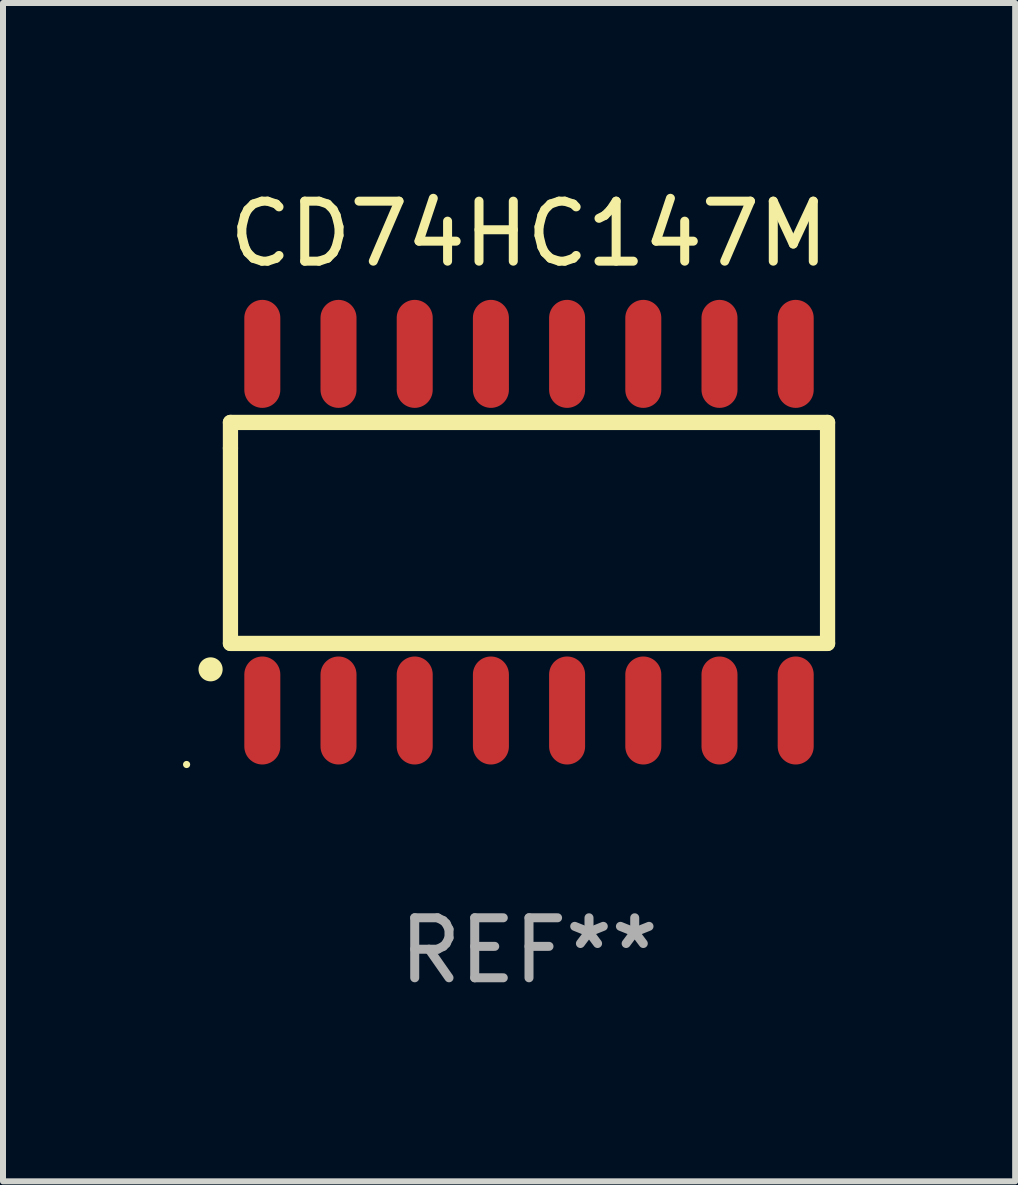
<source format=kicad_pcb>
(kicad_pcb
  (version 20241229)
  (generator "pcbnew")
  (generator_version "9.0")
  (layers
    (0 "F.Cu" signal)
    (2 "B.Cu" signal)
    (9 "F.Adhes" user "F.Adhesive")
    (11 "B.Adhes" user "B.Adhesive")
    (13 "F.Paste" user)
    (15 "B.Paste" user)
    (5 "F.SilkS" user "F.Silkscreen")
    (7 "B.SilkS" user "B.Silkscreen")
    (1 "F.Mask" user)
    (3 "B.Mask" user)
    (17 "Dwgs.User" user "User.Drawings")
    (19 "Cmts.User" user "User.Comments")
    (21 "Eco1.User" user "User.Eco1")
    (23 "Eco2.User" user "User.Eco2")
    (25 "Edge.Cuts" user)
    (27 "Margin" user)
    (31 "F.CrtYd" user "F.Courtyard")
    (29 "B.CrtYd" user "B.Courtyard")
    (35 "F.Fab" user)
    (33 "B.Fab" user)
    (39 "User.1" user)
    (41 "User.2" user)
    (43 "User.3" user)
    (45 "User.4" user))
  (footprint "CD74HC147M"
    (layer "F.Cu")
    (at 5.767 5.82)
    (property "Reference" "CD74HC147M" (at 0 -4.972 0) (layer "F.SilkS") (effects (font (size 1 1) (thickness 0.15))))
    (attr through_hole)
    (fp_line (start -4.976 -1.829) (end -4.976 -1.4) (stroke (width 0.254) (type solid)) (layer "F.SilkS"))
    (fp_line (start -4.976 -1.4) (end -4.976 1.854) (stroke (width 0.254) (type solid)) (layer "F.SilkS"))
    (fp_line (start -4.976 1.854) (end 4.976 1.854) (stroke (width 0.254) (type solid)) (layer "F.SilkS"))
    (fp_line (start 4.976 -1.829) (end -4.976 -1.829) (stroke (width 0.254) (type solid)) (layer "F.SilkS"))
    (fp_line (start 4.976 1.854) (end 4.976 -1.829) (stroke (width 0.254) (type solid)) (layer "F.SilkS"))
    (fp_arc (start -5.308611 2.286005) (mid -5.307341 2.286001) (end -5.306071 2.286005) (stroke (width 0.4) (type solid)) (layer "F.SilkS"))
    (fp_circle (center -5.707 3.872) (end -5.677 3.872) (stroke (width 0.06) (type solid)) (fill no) (layer "F.SilkS"))
    (fp_text user "REF**" (at 0 6.972 0) (layer "F.Fab") (effects (font (size 1 1) (thickness 0.15))))
    (pad "1" smd oval (at -4.445 2.972 180) (size 0.6 1.8) (layers "F.Cu" "F.Mask" "F.Paste"))
    (pad "2" smd oval (at -3.175 2.972 180) (size 0.6 1.8) (layers "F.Cu" "F.Mask" "F.Paste"))
    (pad "3" smd oval (at -1.905 2.972 180) (size 0.6 1.8) (layers "F.Cu" "F.Mask" "F.Paste"))
    (pad "4" smd oval (at -0.635 2.972 180) (size 0.6 1.8) (layers "F.Cu" "F.Mask" "F.Paste"))
    (pad "5" smd oval (at 0.635 2.972 180) (size 0.6 1.8) (layers "F.Cu" "F.Mask" "F.Paste"))
    (pad "6" smd oval (at 1.905 2.972 180) (size 0.6 1.8) (layers "F.Cu" "F.Mask" "F.Paste"))
    (pad "7" smd oval (at 3.175 2.972 180) (size 0.6 1.8) (layers "F.Cu" "F.Mask" "F.Paste"))
    (pad "8" smd oval (at 4.445 2.972 180) (size 0.6 1.8) (layers "F.Cu" "F.Mask" "F.Paste"))
    (pad "9" smd oval (at 4.445 -2.972 180) (size 0.6 1.8) (layers "F.Cu" "F.Mask" "F.Paste"))
    (pad "10" smd oval (at 3.175 -2.972 180) (size 0.6 1.8) (layers "F.Cu" "F.Mask" "F.Paste"))
    (pad "11" smd oval (at 1.905 -2.972 180) (size 0.6 1.8) (layers "F.Cu" "F.Mask" "F.Paste"))
    (pad "12" smd oval (at 0.635 -2.972 180) (size 0.6 1.8) (layers "F.Cu" "F.Mask" "F.Paste"))
    (pad "13" smd oval (at -0.635 -2.972 180) (size 0.6 1.8) (layers "F.Cu" "F.Mask" "F.Paste"))
    (pad "14" smd oval (at -1.905 -2.972 180) (size 0.6 1.8) (layers "F.Cu" "F.Mask" "F.Paste"))
    (pad "15" smd oval (at -3.175 -2.972 180) (size 0.6 1.8) (layers "F.Cu" "F.Mask" "F.Paste"))
    (pad "16" smd oval (at -4.445 -2.972 180) (size 0.6 1.8) (layers "F.Cu" "F.Mask" "F.Paste")))
  (gr_rect
    (start -3 -3)
    (end 13.87 16.64)
    (stroke (width 0.1) (type default))
    (fill no)
    (layer "Edge.Cuts")))
</source>
